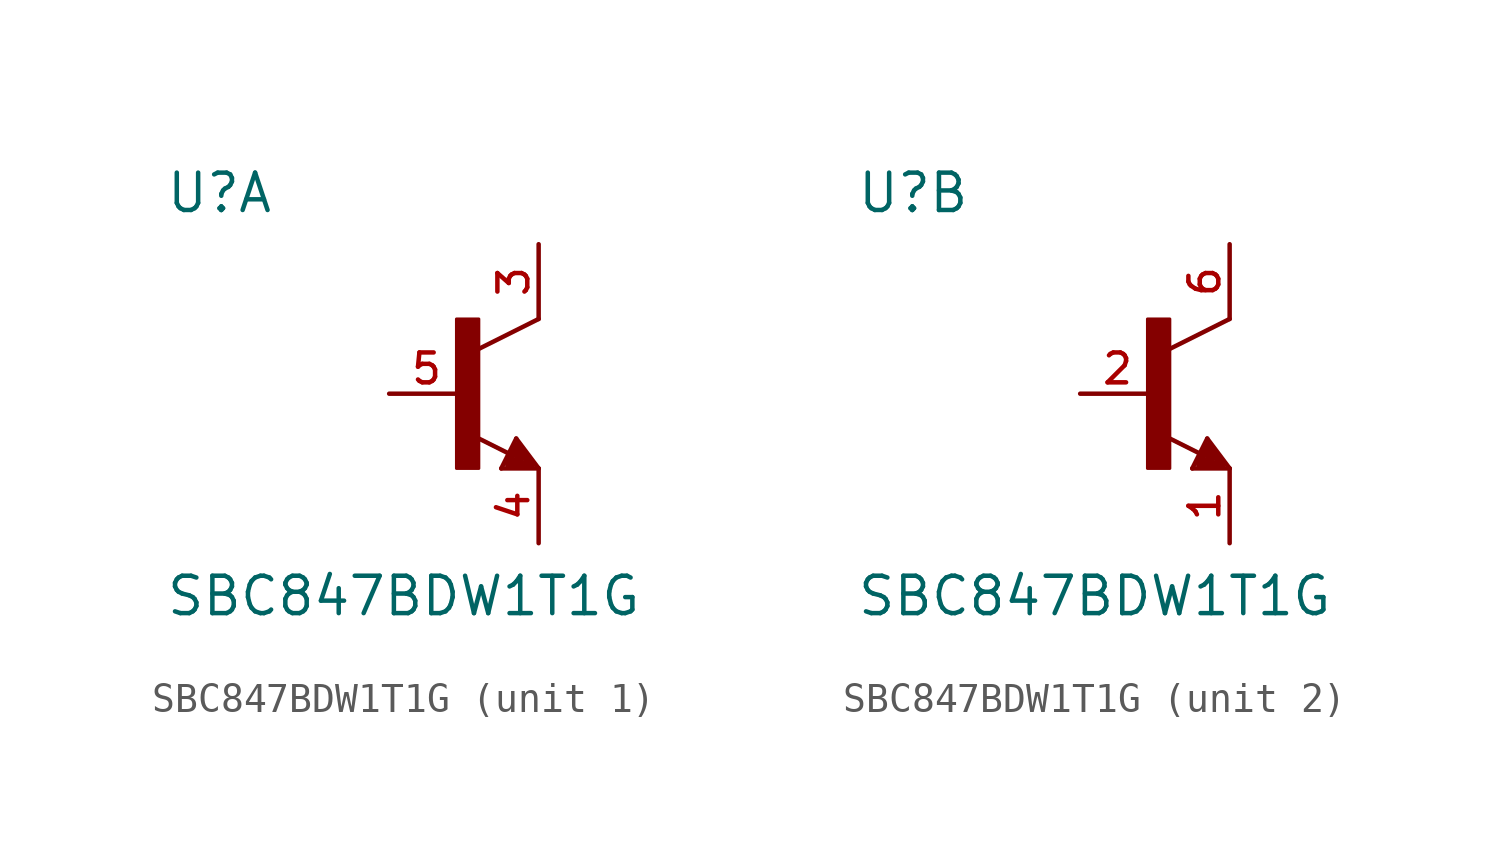
<source format=kicad_sym>
(kicad_symbol_lib
  (version 20211014)
  (generator kicad_symbol_editor)
  (symbol "SBC847BDW1T1G"
    (pin_names
      (offset 1.016))
    (property "Reference" "U"
      (at -10.16 6.08 0.0)
      (effects (font (size 1.27 1.27)) (justify bottom left)))
    (property "Value" "SBC847BDW1T1G"
      (at -10.16 -7.62 0.0)
      (effects (font (size 1.27 1.27)) (justify bottom left)))
    (symbol "SBC847BDW1T1G_1_0"
      (polyline (pts (xy 2.54 2.54) (xy 0.508 1.524)) (stroke (width 0.152)))
      (polyline (pts (xy 1.778 -1.524) (xy 2.54 -2.54)) (stroke (width 0.152)))
      (polyline (pts (xy 2.54 -2.54) (xy 1.27 -2.54)) (stroke (width 0.152)))
      (polyline (pts (xy 1.27 -2.54) (xy 1.778 -1.524)) (stroke (width 0.152)))
      (polyline (pts (xy 1.54 -2.04) (xy 0.308 -1.424)) (stroke (width 0.152)))
      (polyline (pts (xy 1.524 -2.413) (xy 2.286 -2.413)) (stroke (width 0.254)))
      (polyline (pts (xy 2.286 -2.413) (xy 1.778 -1.778)) (stroke (width 0.254)))
      (polyline (pts (xy 1.778 -1.778) (xy 1.524 -2.286)) (stroke (width 0.254)))
      (polyline (pts (xy 1.524 -2.286) (xy 1.905 -2.286)) (stroke (width 0.254)))
      (polyline (pts (xy 1.905 -2.286) (xy 1.778 -2.032)) (stroke (width 0.254)))
      (rectangle (start -0.254 -2.54) (end 0.508 2.54) (stroke (width 0.1)) (fill (type outline)))
      (pin passive line (at -2.54 0.0 0) (length 2.54) (name "~" (effects (font (size 1.016 1.016)))) (number "5" (effects (font (size 1.016 1.016)))))
      (pin passive line (at 2.54 5.08 270.0) (length 2.54) (name "~" (effects (font (size 1.016 1.016)))) (number "3" (effects (font (size 1.016 1.016)))))
      (pin passive line (at 2.54 -5.08 90.0) (length 2.54) (name "~" (effects (font (size 1.016 1.016)))) (number "4" (effects (font (size 1.016 1.016))))))
    (symbol "SBC847BDW1T1G_2_0"
      (polyline (pts (xy 2.54 2.54) (xy 0.508 1.524)) (stroke (width 0.152)))
      (polyline (pts (xy 1.778 -1.524) (xy 2.54 -2.54)) (stroke (width 0.152)))
      (polyline (pts (xy 2.54 -2.54) (xy 1.27 -2.54)) (stroke (width 0.152)))
      (polyline (pts (xy 1.27 -2.54) (xy 1.778 -1.524)) (stroke (width 0.152)))
      (polyline (pts (xy 1.54 -2.04) (xy 0.308 -1.424)) (stroke (width 0.152)))
      (polyline (pts (xy 1.524 -2.413) (xy 2.286 -2.413)) (stroke (width 0.254)))
      (polyline (pts (xy 2.286 -2.413) (xy 1.778 -1.778)) (stroke (width 0.254)))
      (polyline (pts (xy 1.778 -1.778) (xy 1.524 -2.286)) (stroke (width 0.254)))
      (polyline (pts (xy 1.524 -2.286) (xy 1.905 -2.286)) (stroke (width 0.254)))
      (polyline (pts (xy 1.905 -2.286) (xy 1.778 -2.032)) (stroke (width 0.254)))
      (rectangle (start -0.254 -2.54) (end 0.508 2.54) (stroke (width 0.1)) (fill (type outline)))
      (pin passive line (at -2.54 0.0 0) (length 2.54) (name "~" (effects (font (size 1.016 1.016)))) (number "2" (effects (font (size 1.016 1.016)))))
      (pin passive line (at 2.54 5.08 270.0) (length 2.54) (name "~" (effects (font (size 1.016 1.016)))) (number "6" (effects (font (size 1.016 1.016)))))
      (pin passive line (at 2.54 -5.08 90.0) (length 2.54) (name "~" (effects (font (size 1.016 1.016)))) (number "1" (effects (font (size 1.016 1.016))))))))
</source>
